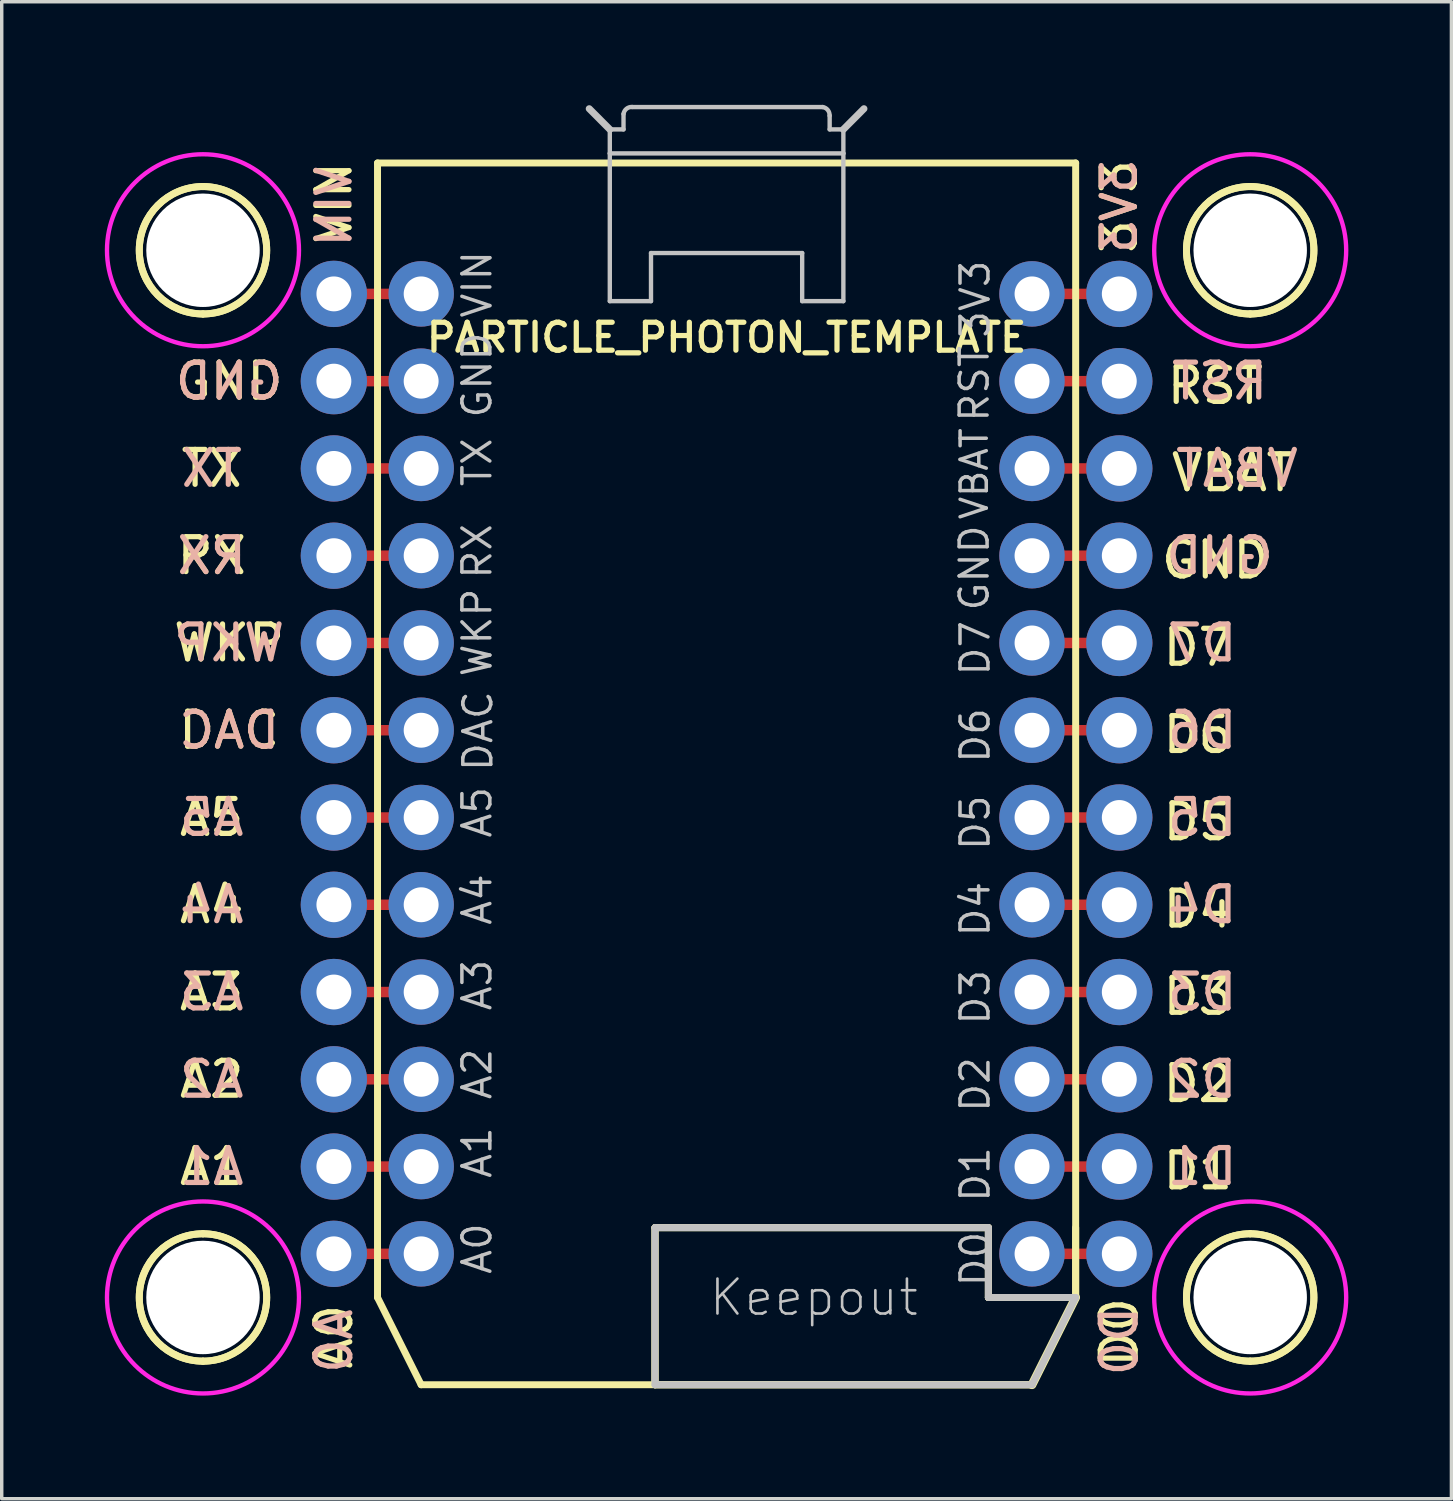
<source format=kicad_pcb>
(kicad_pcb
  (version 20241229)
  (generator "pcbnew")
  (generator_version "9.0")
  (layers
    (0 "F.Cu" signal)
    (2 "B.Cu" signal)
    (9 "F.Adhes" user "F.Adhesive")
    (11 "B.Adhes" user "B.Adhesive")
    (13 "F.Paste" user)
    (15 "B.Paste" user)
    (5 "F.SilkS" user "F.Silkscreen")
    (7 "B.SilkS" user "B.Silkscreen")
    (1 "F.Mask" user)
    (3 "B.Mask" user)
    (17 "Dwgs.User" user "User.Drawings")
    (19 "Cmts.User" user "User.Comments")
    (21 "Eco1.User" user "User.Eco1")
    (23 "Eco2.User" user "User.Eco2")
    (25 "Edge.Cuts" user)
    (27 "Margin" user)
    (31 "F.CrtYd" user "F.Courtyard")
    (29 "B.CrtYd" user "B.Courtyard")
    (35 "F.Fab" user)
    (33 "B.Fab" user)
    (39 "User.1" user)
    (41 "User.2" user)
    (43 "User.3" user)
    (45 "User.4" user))
  (footprint "PARTICLE_PHOTON_TEMPLATE"
    (layer "F.Cu")
    (at 18.098 19.474)
    (property "Reference" "PARTICLE_PHOTON_TEMPLATE" (at 0 -12.7 0) (layer "F.SilkS") (effects (font (size 0.813 0.813) (thickness 0.152))))
    (attr exclude_from_pos_files exclude_from_bom)
    (fp_line (start -11.43 -13.97) (end -8.89 -13.97) (stroke (width 0.305) (type solid)) (layer "F.Cu"))
    (fp_line (start -11.43 -8.89) (end -8.89 -8.89) (stroke (width 0.305) (type solid)) (layer "F.Cu"))
    (fp_line (start -11.43 -6.35) (end -8.89 -6.35) (stroke (width 0.305) (type solid)) (layer "F.Cu"))
    (fp_line (start -11.43 -3.81) (end -8.89 -3.81) (stroke (width 0.305) (type solid)) (layer "F.Cu"))
    (fp_line (start -11.43 -1.27) (end -8.89 -1.27) (stroke (width 0.305) (type solid)) (layer "F.Cu"))
    (fp_line (start -11.43 1.27) (end -8.89 1.27) (stroke (width 0.305) (type solid)) (layer "F.Cu"))
    (fp_line (start -11.43 3.81) (end -8.89 3.81) (stroke (width 0.305) (type solid)) (layer "F.Cu"))
    (fp_line (start -11.43 6.35) (end -8.89 6.35) (stroke (width 0.305) (type solid)) (layer "F.Cu"))
    (fp_line (start -11.43 8.89) (end -8.89 8.89) (stroke (width 0.305) (type solid)) (layer "F.Cu"))
    (fp_line (start -11.43 11.43) (end -8.89 11.43) (stroke (width 0.305) (type solid)) (layer "F.Cu"))
    (fp_line (start -11.43 13.97) (end -8.89 13.97) (stroke (width 0.305) (type solid)) (layer "F.Cu"))
    (fp_line (start -8.89 -11.43) (end -11.43 -11.43) (stroke (width 0.305) (type solid)) (layer "F.Cu"))
    (fp_line (start 8.89 -13.97) (end 11.43 -13.97) (stroke (width 0.305) (type solid)) (layer "F.Cu"))
    (fp_line (start 8.89 -11.43) (end 11.43 -11.43) (stroke (width 0.305) (type solid)) (layer "F.Cu"))
    (fp_line (start 8.89 -8.89) (end 11.43 -8.89) (stroke (width 0.305) (type solid)) (layer "F.Cu"))
    (fp_line (start 8.89 -6.35) (end 11.43 -6.35) (stroke (width 0.305) (type solid)) (layer "F.Cu"))
    (fp_line (start 8.89 -3.81) (end 11.43 -3.81) (stroke (width 0.305) (type solid)) (layer "F.Cu"))
    (fp_line (start 8.89 -1.27) (end 11.43 -1.27) (stroke (width 0.305) (type solid)) (layer "F.Cu"))
    (fp_line (start 8.89 1.27) (end 11.43 1.27) (stroke (width 0.305) (type solid)) (layer "F.Cu"))
    (fp_line (start 8.89 3.81) (end 11.43 3.81) (stroke (width 0.305) (type solid)) (layer "F.Cu"))
    (fp_line (start 8.89 6.35) (end 11.43 6.35) (stroke (width 0.305) (type solid)) (layer "F.Cu"))
    (fp_line (start 8.89 8.89) (end 11.43 8.89) (stroke (width 0.305) (type solid)) (layer "F.Cu"))
    (fp_line (start 8.89 11.43) (end 11.43 11.43) (stroke (width 0.305) (type solid)) (layer "F.Cu"))
    (fp_line (start 8.89 13.97) (end 11.43 13.97) (stroke (width 0.305) (type solid)) (layer "F.Cu"))
    (fp_line (start -10.16 -17.78) (end 10.16 -17.78) (stroke (width 0.203) (type solid)) (layer "F.SilkS"))
    (fp_line (start -10.16 15.24) (end -10.16 -17.78) (stroke (width 0.203) (type solid)) (layer "F.SilkS"))
    (fp_line (start -8.89 17.78) (end -10.16 15.24) (stroke (width 0.203) (type solid)) (layer "F.SilkS"))
    (fp_line (start -2.083 13.208) (end -2.083 17.78) (stroke (width 0.203) (type solid)) (layer "F.SilkS"))
    (fp_line (start -2.083 13.208) (end -2.083 17.78) (stroke (width 0.203) (type solid)) (layer "F.SilkS"))
    (fp_line (start -2.083 17.78) (end 8.89 17.78) (stroke (width 0.203) (type solid)) (layer "F.SilkS"))
    (fp_line (start -2.083 17.78) (end 8.89 17.78) (stroke (width 0.203) (type solid)) (layer "F.SilkS"))
    (fp_line (start 7.62 13.208) (end -2.083 13.208) (stroke (width 0.203) (type solid)) (layer "F.SilkS"))
    (fp_line (start 7.62 13.208) (end -2.083 13.208) (stroke (width 0.203) (type solid)) (layer "F.SilkS"))
    (fp_line (start 7.62 15.24) (end 7.62 13.208) (stroke (width 0.203) (type solid)) (layer "F.SilkS"))
    (fp_line (start 7.62 15.24) (end 7.62 13.208) (stroke (width 0.203) (type solid)) (layer "F.SilkS"))
    (fp_line (start 8.89 17.78) (end -8.89 17.78) (stroke (width 0.203) (type solid)) (layer "F.SilkS"))
    (fp_line (start 8.89 17.78) (end 10.16 15.24) (stroke (width 0.203) (type solid)) (layer "F.SilkS"))
    (fp_line (start 8.89 17.78) (end 10.16 15.24) (stroke (width 0.203) (type solid)) (layer "F.SilkS"))
    (fp_line (start 10.16 -17.78) (end 10.16 15.24) (stroke (width 0.203) (type solid)) (layer "F.SilkS"))
    (fp_line (start 10.16 13.208) (end 10.16 15.24) (stroke (width 0.203) (type solid)) (layer "F.SilkS"))
    (fp_line (start 10.16 15.24) (end 7.62 15.24) (stroke (width 0.203) (type solid)) (layer "F.SilkS"))
    (fp_line (start 10.16 15.24) (end 7.62 15.24) (stroke (width 0.203) (type solid)) (layer "F.SilkS"))
    (fp_line (start 10.16 15.24) (end 8.89 17.78) (stroke (width 0.254) (type solid)) (layer "F.SilkS"))
    (fp_arc (start -15.24 -17.0942) (mid -13.3858 -15.24) (end -15.24 -13.3858) (stroke (width 0.2032) (type solid)) (layer "F.SilkS"))
    (fp_arc (start -15.24 -17.0942) (mid -13.3858 -15.24) (end -15.24 -13.3858) (stroke (width 0.2032) (type solid)) (layer "F.SilkS"))
    (fp_arc (start -15.24 -13.3858) (mid -17.0942 -15.24) (end -15.24 -17.0942) (stroke (width 0.2032) (type solid)) (layer "F.SilkS"))
    (fp_arc (start -15.24 -13.3858) (mid -17.0942 -15.24) (end -15.24 -17.0942) (stroke (width 0.2032) (type solid)) (layer "F.SilkS"))
    (fp_arc (start -15.24 13.3858) (mid -13.3858 15.24) (end -15.24 17.0942) (stroke (width 0.2032) (type solid)) (layer "F.SilkS"))
    (fp_arc (start -15.24 13.3858) (mid -13.3858 15.24) (end -15.24 17.0942) (stroke (width 0.2032) (type solid)) (layer "F.SilkS"))
    (fp_arc (start -15.24 17.0942) (mid -17.0942 15.24) (end -15.24 13.3858) (stroke (width 0.2032) (type solid)) (layer "F.SilkS"))
    (fp_arc (start -15.24 17.0942) (mid -17.0942 15.24) (end -15.24 13.3858) (stroke (width 0.2032) (type solid)) (layer "F.SilkS"))
    (fp_arc (start 15.24 -17.0942) (mid 17.0942 -15.24) (end 15.24 -13.3858) (stroke (width 0.2032) (type solid)) (layer "F.SilkS"))
    (fp_arc (start 15.24 -17.0942) (mid 17.0942 -15.24) (end 15.24 -13.3858) (stroke (width 0.2032) (type solid)) (layer "F.SilkS"))
    (fp_arc (start 15.24 -13.3858) (mid 13.3858 -15.24) (end 15.24 -17.0942) (stroke (width 0.2032) (type solid)) (layer "F.SilkS"))
    (fp_arc (start 15.24 -13.3858) (mid 13.3858 -15.24) (end 15.24 -17.0942) (stroke (width 0.2032) (type solid)) (layer "F.SilkS"))
    (fp_arc (start 15.24 13.3858) (mid 17.0942 15.24) (end 15.24 17.0942) (stroke (width 0.2032) (type solid)) (layer "F.SilkS"))
    (fp_arc (start 15.24 13.3858) (mid 17.0942 15.24) (end 15.24 17.0942) (stroke (width 0.2032) (type solid)) (layer "F.SilkS"))
    (fp_arc (start 15.24 17.0942) (mid 13.3858 15.24) (end 15.24 13.3858) (stroke (width 0.2032) (type solid)) (layer "F.SilkS"))
    (fp_arc (start 15.24 17.0942) (mid 13.3858 15.24) (end 15.24 13.3858) (stroke (width 0.2032) (type solid)) (layer "F.SilkS"))
    (fp_line (start -3.399 -18.758) (end -3.998 -19.36) (stroke (width 0.203) (type solid)) (layer "Dwgs.User"))
    (fp_line (start -3.399 -18.059) (end -3.399 -18.758) (stroke (width 0.127) (type solid)) (layer "Dwgs.User"))
    (fp_line (start -3.399 -13.759) (end -3.399 -18.059) (stroke (width 0.127) (type solid)) (layer "Dwgs.User"))
    (fp_line (start -3.399 -13.759) (end -2.2 -13.759) (stroke (width 0.127) (type solid)) (layer "Dwgs.User"))
    (fp_line (start -3 -19.207) (end -3 -18.758) (stroke (width 0.127) (type solid)) (layer "Dwgs.User"))
    (fp_line (start -3 -18.758) (end -3.399 -18.758) (stroke (width 0.127) (type solid)) (layer "Dwgs.User"))
    (fp_line (start -2.2 -15.159) (end -2.2 -13.759) (stroke (width 0.127) (type solid)) (layer "Dwgs.User"))
    (fp_line (start -2.083 13.208) (end -2.083 17.78) (stroke (width 0.203) (type solid)) (layer "Dwgs.User"))
    (fp_line (start -2.083 17.78) (end 8.89 17.78) (stroke (width 0.203) (type solid)) (layer "Dwgs.User"))
    (fp_line (start 2.2 -15.159) (end -2.2 -15.159) (stroke (width 0.127) (type solid)) (layer "Dwgs.User"))
    (fp_line (start 2.2 -15.159) (end 2.2 -13.759) (stroke (width 0.127) (type solid)) (layer "Dwgs.User"))
    (fp_line (start 2.799 -19.408) (end -2.748 -19.408) (stroke (width 0.127) (type solid)) (layer "Dwgs.User"))
    (fp_line (start 3 -18.758) (end 3 -19.159) (stroke (width 0.127) (type solid)) (layer "Dwgs.User"))
    (fp_line (start 3.399 -18.758) (end 3 -18.758) (stroke (width 0.127) (type solid)) (layer "Dwgs.User"))
    (fp_line (start 3.399 -18.758) (end 3.399 -18.059) (stroke (width 0.127) (type solid)) (layer "Dwgs.User"))
    (fp_line (start 3.399 -18.758) (end 3.998 -19.36) (stroke (width 0.203) (type solid)) (layer "Dwgs.User"))
    (fp_line (start 3.399 -18.059) (end -3.399 -18.059) (stroke (width 0.127) (type solid)) (layer "Dwgs.User"))
    (fp_line (start 3.399 -18.059) (end 3.399 -13.759) (stroke (width 0.127) (type solid)) (layer "Dwgs.User"))
    (fp_line (start 3.399 -13.759) (end 2.2 -13.759) (stroke (width 0.127) (type solid)) (layer "Dwgs.User"))
    (fp_line (start 7.62 13.208) (end -2.083 13.208) (stroke (width 0.203) (type solid)) (layer "Dwgs.User"))
    (fp_line (start 7.62 15.24) (end 7.62 13.208) (stroke (width 0.203) (type solid)) (layer "Dwgs.User"))
    (fp_line (start 10.16 15.24) (end 7.62 15.24) (stroke (width 0.203) (type solid)) (layer "Dwgs.User"))
    (fp_line (start 10.16 15.24) (end 8.89 17.78) (stroke (width 0.203) (type solid)) (layer "Dwgs.User"))
    (fp_arc (start -2.99974 -19.20748) (mid -2.914465 -19.357069) (end -2.750764 -19.410461) (stroke (width 0.127) (type solid)) (layer "Dwgs.User"))
    (fp_arc (start 2.79908 -19.40814) (mid 2.946301 -19.321817) (end 2.997236 -19.158933) (stroke (width 0.127) (type solid)) (layer "Dwgs.User"))
    (fp_circle (center -15.24 -15.24) (end -15.24 -18.034) (stroke (width 0.127) (type solid)) (fill no) (layer "F.CrtYd"))
    (fp_circle (center -15.24 15.24) (end -15.24 12.446) (stroke (width 0.127) (type solid)) (fill no) (layer "F.CrtYd"))
    (fp_circle (center 15.24 -15.24) (end 15.24 -18.034) (stroke (width 0.127) (type solid)) (fill no) (layer "F.CrtYd"))
    (fp_circle (center 15.24 15.24) (end 15.24 12.446) (stroke (width 0.127) (type solid)) (fill no) (layer "F.CrtYd"))
    (fp_text user "A2" (at -14.986 8.89 0) (layer "F.SilkS") (effects (font (size 1.016 1.016) (thickness 0.152))))
    (fp_text user "RX" (at -14.986 -6.35 0) (layer "F.SilkS") (effects (font (size 1.016 1.016) (thickness 0.152))))
    (fp_text user "A3" (at -14.986 6.35 0) (layer "F.SilkS") (effects (font (size 1.016 1.016) (thickness 0.152))))
    (fp_text user "D1" (at 13.716 11.557 0) (layer "F.SilkS") (effects (font (size 1.016 1.016) (thickness 0.152))))
    (fp_text user "D7" (at 13.716 -3.683 0) (layer "F.SilkS") (effects (font (size 1.016 1.016) (thickness 0.152))))
    (fp_text user "A5" (at -14.986 1.27 0) (layer "F.SilkS") (effects (font (size 1.016 1.016) (thickness 0.152))))
    (fp_text user "A4" (at -14.986 3.81 0) (layer "F.SilkS") (effects (font (size 1.016 1.016) (thickness 0.152))))
    (fp_text user "A0" (at -11.43 16.383 270) (layer "F.SilkS") (effects (font (size 1.016 1.016) (thickness 0.152))))
    (fp_text user "WKP" (at -14.478 -3.81 0) (layer "F.SilkS") (effects (font (size 1.016 1.016) (thickness 0.152))))
    (fp_text user "D2" (at 13.716 9.017 0) (layer "F.SilkS") (effects (font (size 1.016 1.016) (thickness 0.152))))
    (fp_text user "D3" (at 13.716 6.477 0) (layer "F.SilkS") (effects (font (size 1.016 1.016) (thickness 0.152))))
    (fp_text user "D0" (at 11.43 16.256 270) (layer "F.SilkS") (effects (font (size 1.016 1.016) (thickness 0.152))))
    (fp_text user "DAC" (at -14.478 -1.27 0) (layer "F.SilkS") (effects (font (size 1.016 1.016) (thickness 0.152))))
    (fp_text user "GND" (at -14.478 -11.43 0) (layer "F.SilkS") (effects (font (size 1.016 1.016) (thickness 0.152))))
    (fp_text user "A1" (at -14.986 11.43 0) (layer "F.SilkS") (effects (font (size 1.016 1.016) (thickness 0.152))))
    (fp_text user "RST" (at 14.224 -11.303 0) (layer "F.SilkS") (effects (font (size 1.016 1.016) (thickness 0.152))))
    (fp_text user "VIN" (at -11.43 -16.637 90) (layer "F.SilkS") (effects (font (size 0.965 0.965) (thickness 0.152))))
    (fp_text user "D4" (at 13.716 3.937 0) (layer "F.SilkS") (effects (font (size 1.016 1.016) (thickness 0.152))))
    (fp_text user "TX" (at -14.986 -8.89 0) (layer "F.SilkS") (effects (font (size 1.016 1.016) (thickness 0.152))))
    (fp_text user "VBAT" (at 14.732 -8.763 0) (layer "F.SilkS") (effects (font (size 1.016 1.016) (thickness 0.152))))
    (fp_text user "GND" (at 14.224 -6.223 0) (layer "F.SilkS") (effects (font (size 1.016 1.016) (thickness 0.152))))
    (fp_text user "3V3" (at 11.43 -16.51 90) (layer "F.SilkS") (effects (font (size 0.965 0.965) (thickness 0.152))))
    (fp_text user "D6" (at 13.716 -1.143 0) (layer "F.SilkS") (effects (font (size 1.016 1.016) (thickness 0.152))))
    (fp_text user "D5" (at 13.716 1.397 0) (layer "F.SilkS") (effects (font (size 1.016 1.016) (thickness 0.152))))
    (fp_text user "D1" (at 13.843 11.43 0) (layer "B.SilkS") (effects (font (size 1.016 1.016) (thickness 0.152)) (justify mirror)))
    (fp_text user "RST" (at 14.351 -11.43 0) (layer "B.SilkS") (effects (font (size 1.016 1.016) (thickness 0.152)) (justify mirror)))
    (fp_text user "D0" (at 11.43 16.51 270) (layer "B.SilkS") (effects (font (size 1.016 1.016) (thickness 0.152)) (justify mirror)))
    (fp_text user "GND" (at -14.478 -11.43 0) (layer "B.SilkS") (effects (font (size 1.016 1.016) (thickness 0.152)) (justify mirror)))
    (fp_text user "D4" (at 13.843 3.81 0) (layer "B.SilkS") (effects (font (size 1.016 1.016) (thickness 0.152)) (justify mirror)))
    (fp_text user "3V3" (at 11.43 -16.51 90) (layer "B.SilkS") (effects (font (size 0.965 0.965) (thickness 0.152)) (justify mirror)))
    (fp_text user "A4" (at -14.986 3.81 0) (layer "B.SilkS") (effects (font (size 1.016 1.016) (thickness 0.152)) (justify mirror)))
    (fp_text user "VIN" (at -11.43 -16.51 90) (layer "B.SilkS") (effects (font (size 0.965 0.965) (thickness 0.152)) (justify mirror)))
    (fp_text user "D5" (at 13.843 1.27 0) (layer "B.SilkS") (effects (font (size 1.016 1.016) (thickness 0.152)) (justify mirror)))
    (fp_text user "D6" (at 13.843 -1.27 0) (layer "B.SilkS") (effects (font (size 1.016 1.016) (thickness 0.152)) (justify mirror)))
    (fp_text user "A5" (at -14.986 1.27 0) (layer "B.SilkS") (effects (font (size 1.016 1.016) (thickness 0.152)) (justify mirror)))
    (fp_text user "RX" (at -14.986 -6.35 0) (layer "B.SilkS") (effects (font (size 1.016 1.016) (thickness 0.152)) (justify mirror)))
    (fp_text user "GND" (at 14.351 -6.35 0) (layer "B.SilkS") (effects (font (size 1.016 1.016) (thickness 0.152)) (justify mirror)))
    (fp_text user "VBAT" (at 14.856 -8.89 0) (layer "B.SilkS") (effects (font (size 1.016 1.016) (thickness 0.152)) (justify mirror)))
    (fp_text user "TX" (at -14.986 -8.89 0) (layer "B.SilkS") (effects (font (size 1.016 1.016) (thickness 0.152)) (justify mirror)))
    (fp_text user "A2" (at -14.986 8.89 0) (layer "B.SilkS") (effects (font (size 1.016 1.016) (thickness 0.152)) (justify mirror)))
    (fp_text user "A1" (at -14.986 11.43 0) (layer "B.SilkS") (effects (font (size 1.016 1.016) (thickness 0.152)) (justify mirror)))
    (fp_text user "D3" (at 13.843 6.35 0) (layer "B.SilkS") (effects (font (size 1.016 1.016) (thickness 0.152)) (justify mirror)))
    (fp_text user "D2" (at 13.843 8.89 0) (layer "B.SilkS") (effects (font (size 1.016 1.016) (thickness 0.152)) (justify mirror)))
    (fp_text user "A0" (at -11.43 16.51 270) (layer "B.SilkS") (effects (font (size 1.016 1.016) (thickness 0.152)) (justify mirror)))
    (fp_text user "A3" (at -14.986 6.35 0) (layer "B.SilkS") (effects (font (size 1.016 1.016) (thickness 0.152)) (justify mirror)))
    (fp_text user "DAC" (at -14.478 -1.27 0) (layer "B.SilkS") (effects (font (size 1.016 1.016) (thickness 0.152)) (justify mirror)))
    (fp_text user "WKP" (at -14.478 -3.81 0) (layer "B.SilkS") (effects (font (size 1.016 1.016) (thickness 0.152)) (justify mirror)))
    (fp_text user "D7" (at 13.843 -3.81 0) (layer "B.SilkS") (effects (font (size 1.016 1.016) (thickness 0.152)) (justify mirror)))
    (fp_text user "A2" (at -7.262 8.735 90) (layer "Dwgs.User") (effects (font (size 0.813 0.813) (thickness 0.102))))
    (fp_text user "D2" (at 7.236 9.042 270) (layer "Dwgs.User") (effects (font (size 0.813 0.813) (thickness 0.102))))
    (fp_text user "D1" (at 7.236 11.659 270) (layer "Dwgs.User") (effects (font (size 0.813 0.813) (thickness 0.102))))
    (fp_text user "VBAT" (at 7.211 -8.735 270) (layer "Dwgs.User") (effects (font (size 0.762 0.762) (thickness 0.102))))
    (fp_text user "TX" (at -7.262 -9.068 90) (layer "Dwgs.User") (effects (font (size 0.813 0.813) (thickness 0.102))))
    (fp_text user "WKP" (at -7.262 -4.115 90) (layer "Dwgs.User") (effects (font (size 0.813 0.813) (thickness 0.102))))
    (fp_text user "GND" (at 7.211 -5.994 270) (layer "Dwgs.User") (effects (font (size 0.813 0.813) (thickness 0.102))))
    (fp_text user "DAC" (at -7.236 -1.245 90) (layer "Dwgs.User") (effects (font (size 0.813 0.813) (thickness 0.102))))
    (fp_text user "D0" (at 7.236 14.122 270) (layer "Dwgs.User") (effects (font (size 0.813 0.813) (thickness 0.102))))
    (fp_text user "D4" (at 7.236 3.937 270) (layer "Dwgs.User") (effects (font (size 0.813 0.813) (thickness 0.102))))
    (fp_text user "D6" (at 7.236 -1.118 270) (layer "Dwgs.User") (effects (font (size 0.813 0.813) (thickness 0.102))))
    (fp_text user "A4" (at -7.262 3.658 90) (layer "Dwgs.User") (effects (font (size 0.813 0.813) (thickness 0.102))))
    (fp_text user "VIN" (at -7.262 -14.249 90) (layer "Dwgs.User") (effects (font (size 0.813 0.813) (thickness 0.102))))
    (fp_text user "RST" (at 7.211 -11.354 270) (layer "Dwgs.User") (effects (font (size 0.813 0.813) (thickness 0.102))))
    (fp_text user "D5" (at 7.236 1.422 270) (layer "Dwgs.User") (effects (font (size 0.813 0.813) (thickness 0.102))))
    (fp_text user "GND" (at -7.262 -11.608 90) (layer "Dwgs.User") (effects (font (size 0.813 0.813) (thickness 0.102))))
    (fp_text user "RX" (at -7.262 -6.477 90) (layer "Dwgs.User") (effects (font (size 0.813 0.813) (thickness 0.102))))
    (fp_text user "A5" (at -7.262 1.118 90) (layer "Dwgs.User") (effects (font (size 0.813 0.813) (thickness 0.102))))
    (fp_text user "A0" (at -7.262 13.818 90) (layer "Dwgs.User") (effects (font (size 0.813 0.813) (thickness 0.102))))
    (fp_text user "A1" (at -7.262 11.024 90) (layer "Dwgs.User") (effects (font (size 0.813 0.813) (thickness 0.102))))
    (fp_text user "D3" (at 7.236 6.502 270) (layer "Dwgs.User") (effects (font (size 0.813 0.813) (thickness 0.102))))
    (fp_text user "3V3" (at 7.236 -13.818 270) (layer "Dwgs.User") (effects (font (size 0.813 0.813) (thickness 0.102))))
    (fp_text user "D7" (at 7.236 -3.658 270) (layer "Dwgs.User") (effects (font (size 0.813 0.813) (thickness 0.102))))
    (fp_text user "A3" (at -7.262 6.147 90) (layer "Dwgs.User") (effects (font (size 0.813 0.813) (thickness 0.102))))
    (fp_text user "Keepout" (at 2.54 15.24 0) (layer "Dwgs.User") (effects (font (size 1.016 1.016) (thickness 0.076))))
    (pad "" np_thru_hole circle (at -15.24 -15.24) (size 3.302 3.302) (drill 3.302) (layers "*.Cu" "*.Mask"))
    (pad "" np_thru_hole circle (at -15.24 15.24) (size 3.302 3.302) (drill 3.302) (layers "*.Cu" "*.Mask"))
    (pad "" np_thru_hole circle (at 15.24 -15.24) (size 3.302 3.302) (drill 3.302) (layers "*.Cu" "*.Mask"))
    (pad "" np_thru_hole circle (at 15.24 15.24) (size 3.302 3.302) (drill 3.302) (layers "*.Cu" "*.Mask"))
    (pad "1" thru_hole circle (at -8.89 -13.97) (size 1.905 1.905) (drill 1.016) (layers "*.Cu" "*.Paste" "*.Mask"))
    (pad "2" thru_hole circle (at -8.89 -11.43) (size 1.905 1.905) (drill 1.016) (layers "*.Cu" "*.Paste" "*.Mask"))
    (pad "3" thru_hole circle (at -8.89 -8.89) (size 1.905 1.905) (drill 1.016) (layers "*.Cu" "*.Paste" "*.Mask"))
    (pad "3V3" thru_hole circle (at 11.43 -13.97) (size 1.93 1.93) (drill 1.016) (layers "*.Cu" "*.Paste" "*.Mask"))
    (pad "4" thru_hole circle (at -8.89 -6.35) (size 1.905 1.905) (drill 1.016) (layers "*.Cu" "*.Paste" "*.Mask"))
    (pad "5" thru_hole circle (at -8.89 -3.81) (size 1.905 1.905) (drill 1.016) (layers "*.Cu" "*.Paste" "*.Mask"))
    (pad "6" thru_hole circle (at -8.89 -1.27) (size 1.905 1.905) (drill 1.016) (layers "*.Cu" "*.Paste" "*.Mask"))
    (pad "7" thru_hole circle (at -8.89 1.27) (size 1.905 1.905) (drill 1.016) (layers "*.Cu" "*.Paste" "*.Mask"))
    (pad "8" thru_hole circle (at -8.89 3.81) (size 1.905 1.905) (drill 1.016) (layers "*.Cu" "*.Paste" "*.Mask"))
    (pad "9" thru_hole circle (at -8.89 6.35) (size 1.905 1.905) (drill 1.016) (layers "*.Cu" "*.Paste" "*.Mask"))
    (pad "10" thru_hole circle (at -8.89 8.89) (size 1.905 1.905) (drill 1.016) (layers "*.Cu" "*.Paste" "*.Mask"))
    (pad "11" thru_hole circle (at -8.89 11.43) (size 1.905 1.905) (drill 1.016) (layers "*.Cu" "*.Paste" "*.Mask"))
    (pad "12" thru_hole circle (at -8.89 13.97) (size 1.905 1.905) (drill 1.016) (layers "*.Cu" "*.Paste" "*.Mask"))
    (pad "13" thru_hole circle (at 8.89 13.97) (size 1.905 1.905) (drill 1.016) (layers "*.Cu" "*.Paste" "*.Mask"))
    (pad "14" thru_hole circle (at 8.89 11.43) (size 1.905 1.905) (drill 1.016) (layers "*.Cu" "*.Paste" "*.Mask"))
    (pad "15" thru_hole circle (at 8.89 8.89) (size 1.905 1.905) (drill 1.016) (layers "*.Cu" "*.Paste" "*.Mask"))
    (pad "16" thru_hole circle (at 8.89 6.35) (size 1.905 1.905) (drill 1.016) (layers "*.Cu" "*.Paste" "*.Mask"))
    (pad "17" thru_hole circle (at 8.89 3.81) (size 1.905 1.905) (drill 1.016) (layers "*.Cu" "*.Paste" "*.Mask"))
    (pad "18" thru_hole circle (at 8.89 1.27) (size 1.905 1.905) (drill 1.016) (layers "*.Cu" "*.Paste" "*.Mask"))
    (pad "19" thru_hole circle (at 8.89 -1.27) (size 1.905 1.905) (drill 1.016) (layers "*.Cu" "*.Paste" "*.Mask"))
    (pad "20" thru_hole circle (at 8.89 -3.81) (size 1.905 1.905) (drill 1.016) (layers "*.Cu" "*.Paste" "*.Mask"))
    (pad "21" thru_hole circle (at 8.89 -6.35) (size 1.905 1.905) (drill 1.016) (layers "*.Cu" "*.Paste" "*.Mask"))
    (pad "22" thru_hole circle (at 8.89 -8.89) (size 1.905 1.905) (drill 1.016) (layers "*.Cu" "*.Paste" "*.Mask"))
    (pad "23" thru_hole circle (at 8.89 -11.43) (size 1.905 1.905) (drill 1.016) (layers "*.Cu" "*.Paste" "*.Mask"))
    (pad "24" thru_hole circle (at 8.89 -13.97) (size 1.905 1.905) (drill 1.016) (layers "*.Cu" "*.Paste" "*.Mask"))
    (pad "A0" thru_hole circle (at -11.43 13.97) (size 1.93 1.93) (drill 1.016) (layers "*.Cu" "*.Paste" "*.Mask"))
    (pad "A1" thru_hole circle (at -11.43 11.43) (size 1.93 1.93) (drill 1.016) (layers "*.Cu" "*.Paste" "*.Mask"))
    (pad "A2" thru_hole circle (at -11.43 8.89) (size 1.93 1.93) (drill 1.016) (layers "*.Cu" "*.Paste" "*.Mask"))
    (pad "A3" thru_hole circle (at -11.43 6.35) (size 1.93 1.93) (drill 1.016) (layers "*.Cu" "*.Paste" "*.Mask"))
    (pad "A4" thru_hole circle (at -11.43 3.81) (size 1.93 1.93) (drill 1.016) (layers "*.Cu" "*.Paste" "*.Mask"))
    (pad "A5" thru_hole circle (at -11.43 1.27) (size 1.93 1.93) (drill 1.016) (layers "*.Cu" "*.Paste" "*.Mask"))
    (pad "D0" thru_hole circle (at 11.43 13.97) (size 1.93 1.93) (drill 1.016) (layers "*.Cu" "*.Paste" "*.Mask"))
    (pad "D1" thru_hole circle (at 11.43 11.43) (size 1.93 1.93) (drill 1.016) (layers "*.Cu" "*.Paste" "*.Mask"))
    (pad "D2" thru_hole circle (at 11.43 8.89) (size 1.93 1.93) (drill 1.016) (layers "*.Cu" "*.Paste" "*.Mask"))
    (pad "D3" thru_hole circle (at 11.43 6.35) (size 1.93 1.93) (drill 1.016) (layers "*.Cu" "*.Paste" "*.Mask"))
    (pad "D4" thru_hole circle (at 11.43 3.81) (size 1.93 1.93) (drill 1.016) (layers "*.Cu" "*.Paste" "*.Mask"))
    (pad "D5" thru_hole circle (at 11.43 1.27) (size 1.93 1.93) (drill 1.016) (layers "*.Cu" "*.Paste" "*.Mask"))
    (pad "D6" thru_hole circle (at 11.43 -1.27) (size 1.93 1.93) (drill 1.016) (layers "*.Cu" "*.Paste" "*.Mask"))
    (pad "D7" thru_hole circle (at 11.43 -3.81) (size 1.93 1.93) (drill 1.016) (layers "*.Cu" "*.Paste" "*.Mask"))
    (pad "DAC" thru_hole circle (at -11.43 -1.27) (size 1.93 1.93) (drill 1.016) (layers "*.Cu" "*.Paste" "*.Mask"))
    (pad "GND@" thru_hole circle (at -11.43 -11.43) (size 1.93 1.93) (drill 1.016) (layers "*.Cu" "*.Paste" "*.Mask"))
    (pad "GND@" thru_hole circle (at 11.43 -6.35) (size 1.93 1.93) (drill 1.016) (layers "*.Cu" "*.Paste" "*.Mask"))
    (pad "RST" thru_hole circle (at 11.43 -11.43) (size 1.93 1.93) (drill 1.016) (layers "*.Cu" "*.Paste" "*.Mask"))
    (pad "RX" thru_hole circle (at -11.43 -6.35) (size 1.93 1.93) (drill 1.016) (layers "*.Cu" "*.Paste" "*.Mask"))
    (pad "TX" thru_hole circle (at -11.43 -8.89) (size 1.93 1.93) (drill 1.016) (layers "*.Cu" "*.Paste" "*.Mask"))
    (pad "VBAT" thru_hole circle (at 11.43 -8.89) (size 1.93 1.93) (drill 1.016) (layers "*.Cu" "*.Paste" "*.Mask"))
    (pad "VIN" thru_hole circle (at -11.43 -13.97) (size 1.93 1.93) (drill 1.016) (layers "*.Cu" "*.Paste" "*.Mask"))
    (pad "WKP" thru_hole circle (at -11.43 -3.81) (size 1.93 1.93) (drill 1.016) (layers "*.Cu" "*.Paste" "*.Mask")))
  (gr_rect
    (start -3 -3)
    (end 39.195 40.572)
    (stroke (width 0.1) (type default))
    (fill no)
    (layer "Edge.Cuts")))
</source>
